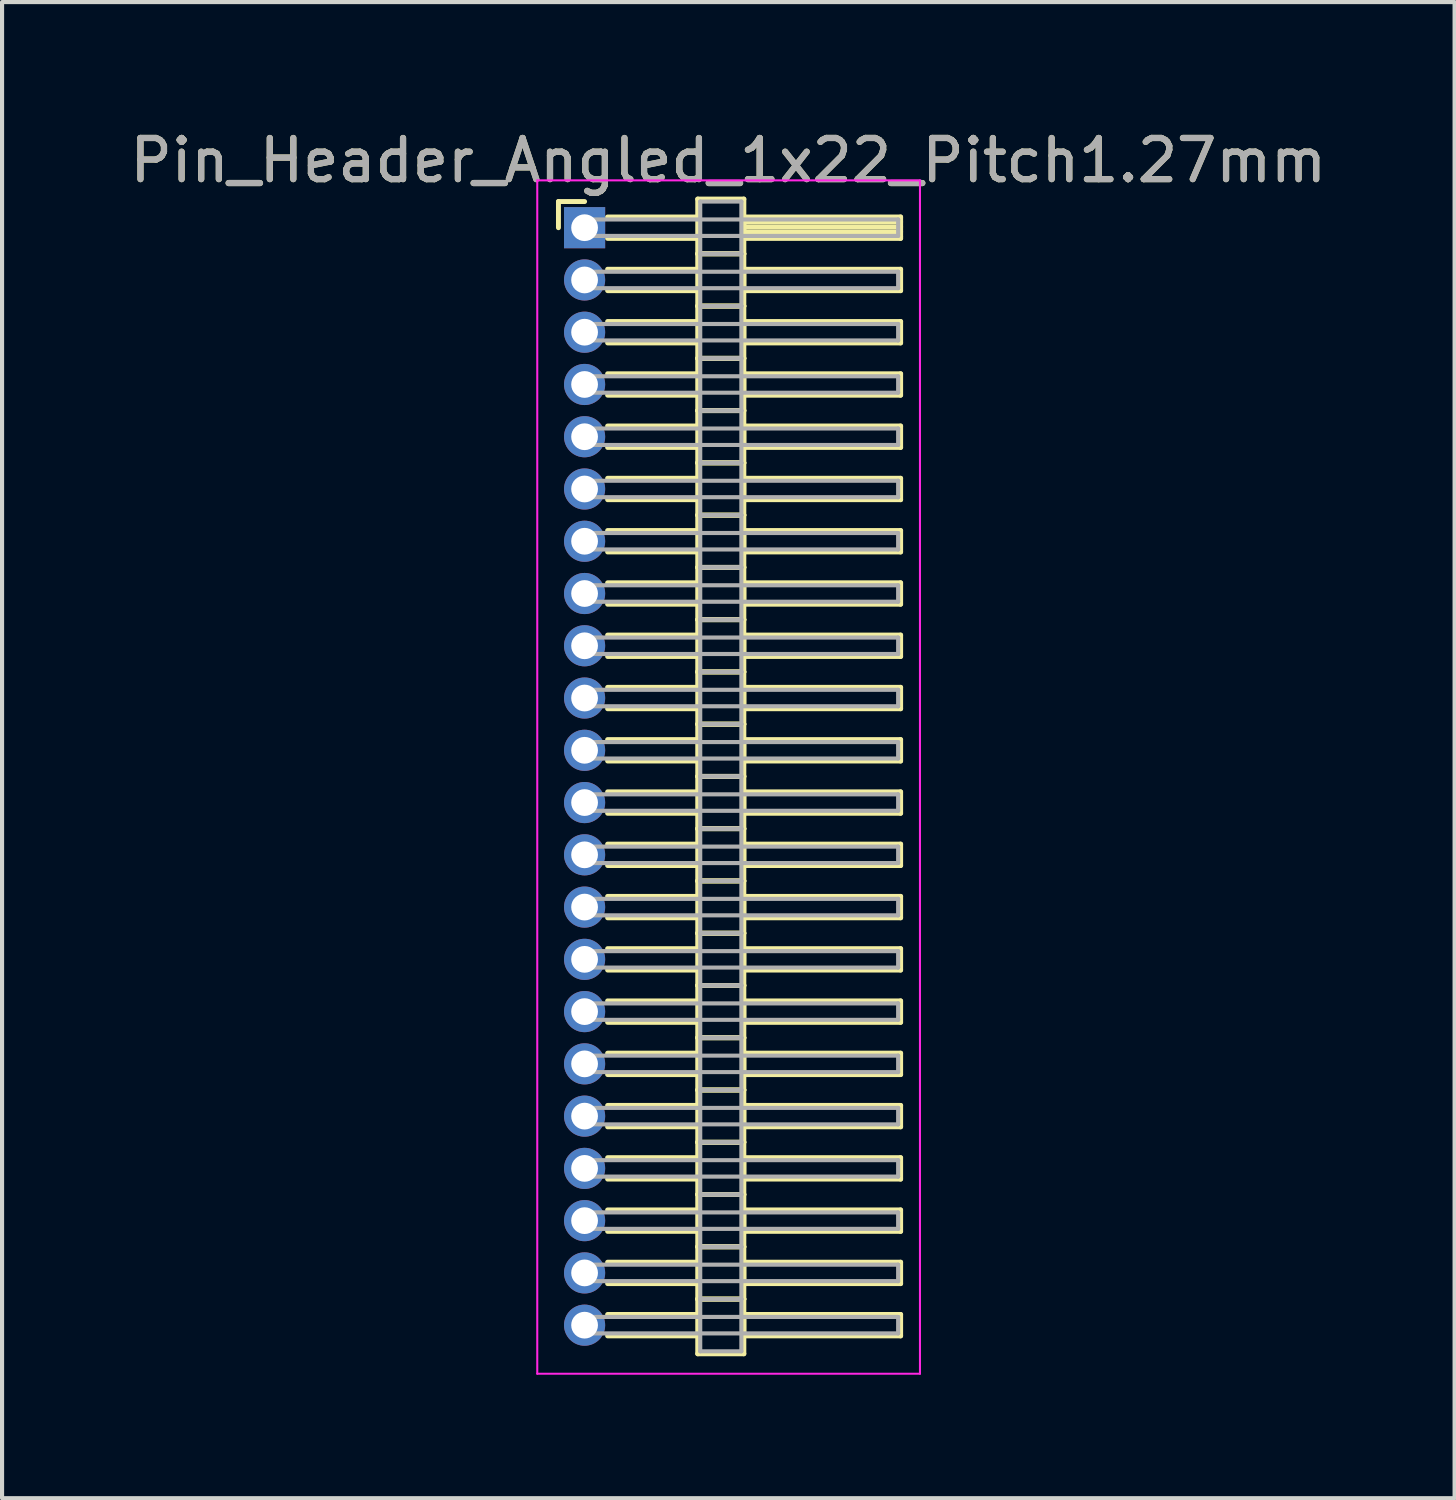
<source format=kicad_pcb>
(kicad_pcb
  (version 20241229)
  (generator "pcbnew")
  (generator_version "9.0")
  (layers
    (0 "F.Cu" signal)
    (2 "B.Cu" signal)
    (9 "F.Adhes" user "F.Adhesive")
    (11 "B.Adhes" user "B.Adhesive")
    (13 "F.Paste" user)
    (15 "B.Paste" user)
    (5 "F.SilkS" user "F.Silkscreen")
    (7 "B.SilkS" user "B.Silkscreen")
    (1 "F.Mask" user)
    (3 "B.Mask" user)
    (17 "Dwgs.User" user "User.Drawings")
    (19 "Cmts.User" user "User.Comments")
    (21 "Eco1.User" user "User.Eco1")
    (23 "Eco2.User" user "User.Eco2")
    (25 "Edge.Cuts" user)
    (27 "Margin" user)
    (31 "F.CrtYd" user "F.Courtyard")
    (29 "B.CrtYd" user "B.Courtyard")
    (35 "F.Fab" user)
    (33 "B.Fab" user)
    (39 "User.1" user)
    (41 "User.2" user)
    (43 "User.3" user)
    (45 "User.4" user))
  (footprint "Pin_Header_Angled_1x22_Pitch1.27mm"
    (layer "F.Cu")
    (at 11.156 2.483)
    (property "Reference" "Pin_Header_Angled_1x22_Pitch1.27mm" (at 3.493 -1.635 0) (layer "F.SilkS") (effects (font (size 1 1) (thickness 0.15))))
    (attr through_hole)
    (fp_line (start -0.635 -0.635) (end 0 -0.635) (stroke (width 0.12) (type solid)) (layer "F.SilkS"))
    (fp_line (start -0.635 0) (end -0.635 -0.635) (stroke (width 0.12) (type solid)) (layer "F.SilkS"))
    (fp_line (start 0.56 -0.26) (end 2.75 -0.26) (stroke (width 0.12) (type solid)) (layer "F.SilkS"))
    (fp_line (start 0.56 0.26) (end 2.75 0.26) (stroke (width 0.12) (type solid)) (layer "F.SilkS"))
    (fp_line (start 0.56 1.01) (end 2.75 1.01) (stroke (width 0.12) (type solid)) (layer "F.SilkS"))
    (fp_line (start 0.56 1.53) (end 2.75 1.53) (stroke (width 0.12) (type solid)) (layer "F.SilkS"))
    (fp_line (start 0.56 2.28) (end 2.75 2.28) (stroke (width 0.12) (type solid)) (layer "F.SilkS"))
    (fp_line (start 0.56 2.8) (end 2.75 2.8) (stroke (width 0.12) (type solid)) (layer "F.SilkS"))
    (fp_line (start 0.56 3.55) (end 2.75 3.55) (stroke (width 0.12) (type solid)) (layer "F.SilkS"))
    (fp_line (start 0.56 4.07) (end 2.75 4.07) (stroke (width 0.12) (type solid)) (layer "F.SilkS"))
    (fp_line (start 0.56 4.82) (end 2.75 4.82) (stroke (width 0.12) (type solid)) (layer "F.SilkS"))
    (fp_line (start 0.56 5.34) (end 2.75 5.34) (stroke (width 0.12) (type solid)) (layer "F.SilkS"))
    (fp_line (start 0.56 6.09) (end 2.75 6.09) (stroke (width 0.12) (type solid)) (layer "F.SilkS"))
    (fp_line (start 0.56 6.61) (end 2.75 6.61) (stroke (width 0.12) (type solid)) (layer "F.SilkS"))
    (fp_line (start 0.56 7.36) (end 2.75 7.36) (stroke (width 0.12) (type solid)) (layer "F.SilkS"))
    (fp_line (start 0.56 7.88) (end 2.75 7.88) (stroke (width 0.12) (type solid)) (layer "F.SilkS"))
    (fp_line (start 0.56 8.63) (end 2.75 8.63) (stroke (width 0.12) (type solid)) (layer "F.SilkS"))
    (fp_line (start 0.56 9.15) (end 2.75 9.15) (stroke (width 0.12) (type solid)) (layer "F.SilkS"))
    (fp_line (start 0.56 9.9) (end 2.75 9.9) (stroke (width 0.12) (type solid)) (layer "F.SilkS"))
    (fp_line (start 0.56 10.42) (end 2.75 10.42) (stroke (width 0.12) (type solid)) (layer "F.SilkS"))
    (fp_line (start 0.56 11.17) (end 2.75 11.17) (stroke (width 0.12) (type solid)) (layer "F.SilkS"))
    (fp_line (start 0.56 11.69) (end 2.75 11.69) (stroke (width 0.12) (type solid)) (layer "F.SilkS"))
    (fp_line (start 0.56 12.44) (end 2.75 12.44) (stroke (width 0.12) (type solid)) (layer "F.SilkS"))
    (fp_line (start 0.56 12.96) (end 2.75 12.96) (stroke (width 0.12) (type solid)) (layer "F.SilkS"))
    (fp_line (start 0.56 13.71) (end 2.75 13.71) (stroke (width 0.12) (type solid)) (layer "F.SilkS"))
    (fp_line (start 0.56 14.23) (end 2.75 14.23) (stroke (width 0.12) (type solid)) (layer "F.SilkS"))
    (fp_line (start 0.56 14.98) (end 2.75 14.98) (stroke (width 0.12) (type solid)) (layer "F.SilkS"))
    (fp_line (start 0.56 15.5) (end 2.75 15.5) (stroke (width 0.12) (type solid)) (layer "F.SilkS"))
    (fp_line (start 0.56 16.25) (end 2.75 16.25) (stroke (width 0.12) (type solid)) (layer "F.SilkS"))
    (fp_line (start 0.56 16.77) (end 2.75 16.77) (stroke (width 0.12) (type solid)) (layer "F.SilkS"))
    (fp_line (start 0.56 17.52) (end 2.75 17.52) (stroke (width 0.12) (type solid)) (layer "F.SilkS"))
    (fp_line (start 0.56 18.04) (end 2.75 18.04) (stroke (width 0.12) (type solid)) (layer "F.SilkS"))
    (fp_line (start 0.56 18.79) (end 2.75 18.79) (stroke (width 0.12) (type solid)) (layer "F.SilkS"))
    (fp_line (start 0.56 19.31) (end 2.75 19.31) (stroke (width 0.12) (type solid)) (layer "F.SilkS"))
    (fp_line (start 0.56 20.06) (end 2.75 20.06) (stroke (width 0.12) (type solid)) (layer "F.SilkS"))
    (fp_line (start 0.56 20.58) (end 2.75 20.58) (stroke (width 0.12) (type solid)) (layer "F.SilkS"))
    (fp_line (start 0.56 21.33) (end 2.75 21.33) (stroke (width 0.12) (type solid)) (layer "F.SilkS"))
    (fp_line (start 0.56 21.85) (end 2.75 21.85) (stroke (width 0.12) (type solid)) (layer "F.SilkS"))
    (fp_line (start 0.56 22.6) (end 2.75 22.6) (stroke (width 0.12) (type solid)) (layer "F.SilkS"))
    (fp_line (start 0.56 23.12) (end 2.75 23.12) (stroke (width 0.12) (type solid)) (layer "F.SilkS"))
    (fp_line (start 0.56 23.87) (end 2.75 23.87) (stroke (width 0.12) (type solid)) (layer "F.SilkS"))
    (fp_line (start 0.56 24.39) (end 2.75 24.39) (stroke (width 0.12) (type solid)) (layer "F.SilkS"))
    (fp_line (start 0.56 25.14) (end 2.75 25.14) (stroke (width 0.12) (type solid)) (layer "F.SilkS"))
    (fp_line (start 0.56 25.66) (end 2.75 25.66) (stroke (width 0.12) (type solid)) (layer "F.SilkS"))
    (fp_line (start 0.56 26.41) (end 2.75 26.41) (stroke (width 0.12) (type solid)) (layer "F.SilkS"))
    (fp_line (start 0.56 26.93) (end 2.75 26.93) (stroke (width 0.12) (type solid)) (layer "F.SilkS"))
    (fp_line (start 2.75 -0.695) (end 2.75 0.635) (stroke (width 0.12) (type solid)) (layer "F.SilkS"))
    (fp_line (start 2.75 0.635) (end 2.75 1.905) (stroke (width 0.12) (type solid)) (layer "F.SilkS"))
    (fp_line (start 2.75 0.635) (end 3.87 0.635) (stroke (width 0.12) (type solid)) (layer "F.SilkS"))
    (fp_line (start 2.75 1.905) (end 2.75 3.175) (stroke (width 0.12) (type solid)) (layer "F.SilkS"))
    (fp_line (start 2.75 1.905) (end 3.87 1.905) (stroke (width 0.12) (type solid)) (layer "F.SilkS"))
    (fp_line (start 2.75 3.175) (end 2.75 4.445) (stroke (width 0.12) (type solid)) (layer "F.SilkS"))
    (fp_line (start 2.75 3.175) (end 3.87 3.175) (stroke (width 0.12) (type solid)) (layer "F.SilkS"))
    (fp_line (start 2.75 4.445) (end 2.75 5.715) (stroke (width 0.12) (type solid)) (layer "F.SilkS"))
    (fp_line (start 2.75 4.445) (end 3.87 4.445) (stroke (width 0.12) (type solid)) (layer "F.SilkS"))
    (fp_line (start 2.75 5.715) (end 2.75 6.985) (stroke (width 0.12) (type solid)) (layer "F.SilkS"))
    (fp_line (start 2.75 5.715) (end 3.87 5.715) (stroke (width 0.12) (type solid)) (layer "F.SilkS"))
    (fp_line (start 2.75 6.985) (end 2.75 8.255) (stroke (width 0.12) (type solid)) (layer "F.SilkS"))
    (fp_line (start 2.75 6.985) (end 3.87 6.985) (stroke (width 0.12) (type solid)) (layer "F.SilkS"))
    (fp_line (start 2.75 8.255) (end 2.75 9.525) (stroke (width 0.12) (type solid)) (layer "F.SilkS"))
    (fp_line (start 2.75 8.255) (end 3.87 8.255) (stroke (width 0.12) (type solid)) (layer "F.SilkS"))
    (fp_line (start 2.75 9.525) (end 2.75 10.795) (stroke (width 0.12) (type solid)) (layer "F.SilkS"))
    (fp_line (start 2.75 9.525) (end 3.87 9.525) (stroke (width 0.12) (type solid)) (layer "F.SilkS"))
    (fp_line (start 2.75 10.795) (end 2.75 12.065) (stroke (width 0.12) (type solid)) (layer "F.SilkS"))
    (fp_line (start 2.75 10.795) (end 3.87 10.795) (stroke (width 0.12) (type solid)) (layer "F.SilkS"))
    (fp_line (start 2.75 12.065) (end 2.75 13.335) (stroke (width 0.12) (type solid)) (layer "F.SilkS"))
    (fp_line (start 2.75 12.065) (end 3.87 12.065) (stroke (width 0.12) (type solid)) (layer "F.SilkS"))
    (fp_line (start 2.75 13.335) (end 2.75 14.605) (stroke (width 0.12) (type solid)) (layer "F.SilkS"))
    (fp_line (start 2.75 13.335) (end 3.87 13.335) (stroke (width 0.12) (type solid)) (layer "F.SilkS"))
    (fp_line (start 2.75 14.605) (end 2.75 15.875) (stroke (width 0.12) (type solid)) (layer "F.SilkS"))
    (fp_line (start 2.75 14.605) (end 3.87 14.605) (stroke (width 0.12) (type solid)) (layer "F.SilkS"))
    (fp_line (start 2.75 15.875) (end 2.75 17.145) (stroke (width 0.12) (type solid)) (layer "F.SilkS"))
    (fp_line (start 2.75 15.875) (end 3.87 15.875) (stroke (width 0.12) (type solid)) (layer "F.SilkS"))
    (fp_line (start 2.75 17.145) (end 2.75 18.415) (stroke (width 0.12) (type solid)) (layer "F.SilkS"))
    (fp_line (start 2.75 17.145) (end 3.87 17.145) (stroke (width 0.12) (type solid)) (layer "F.SilkS"))
    (fp_line (start 2.75 18.415) (end 2.75 19.685) (stroke (width 0.12) (type solid)) (layer "F.SilkS"))
    (fp_line (start 2.75 18.415) (end 3.87 18.415) (stroke (width 0.12) (type solid)) (layer "F.SilkS"))
    (fp_line (start 2.75 19.685) (end 2.75 20.955) (stroke (width 0.12) (type solid)) (layer "F.SilkS"))
    (fp_line (start 2.75 19.685) (end 3.87 19.685) (stroke (width 0.12) (type solid)) (layer "F.SilkS"))
    (fp_line (start 2.75 20.955) (end 2.75 22.225) (stroke (width 0.12) (type solid)) (layer "F.SilkS"))
    (fp_line (start 2.75 20.955) (end 3.87 20.955) (stroke (width 0.12) (type solid)) (layer "F.SilkS"))
    (fp_line (start 2.75 22.225) (end 2.75 23.495) (stroke (width 0.12) (type solid)) (layer "F.SilkS"))
    (fp_line (start 2.75 22.225) (end 3.87 22.225) (stroke (width 0.12) (type solid)) (layer "F.SilkS"))
    (fp_line (start 2.75 23.495) (end 2.75 24.765) (stroke (width 0.12) (type solid)) (layer "F.SilkS"))
    (fp_line (start 2.75 23.495) (end 3.87 23.495) (stroke (width 0.12) (type solid)) (layer "F.SilkS"))
    (fp_line (start 2.75 24.765) (end 2.75 26.035) (stroke (width 0.12) (type solid)) (layer "F.SilkS"))
    (fp_line (start 2.75 24.765) (end 3.87 24.765) (stroke (width 0.12) (type solid)) (layer "F.SilkS"))
    (fp_line (start 2.75 26.035) (end 2.75 27.365) (stroke (width 0.12) (type solid)) (layer "F.SilkS"))
    (fp_line (start 2.75 26.035) (end 3.87 26.035) (stroke (width 0.12) (type solid)) (layer "F.SilkS"))
    (fp_line (start 2.75 27.365) (end 3.87 27.365) (stroke (width 0.12) (type solid)) (layer "F.SilkS"))
    (fp_line (start 3.87 -0.695) (end 2.75 -0.695) (stroke (width 0.12) (type solid)) (layer "F.SilkS"))
    (fp_line (start 3.87 -0.26) (end 3.87 0.26) (stroke (width 0.12) (type solid)) (layer "F.SilkS"))
    (fp_line (start 3.87 -0.14) (end 7.68 -0.14) (stroke (width 0.12) (type solid)) (layer "F.SilkS"))
    (fp_line (start 3.87 -0.02) (end 7.68 -0.02) (stroke (width 0.12) (type solid)) (layer "F.SilkS"))
    (fp_line (start 3.87 0.1) (end 7.68 0.1) (stroke (width 0.12) (type solid)) (layer "F.SilkS"))
    (fp_line (start 3.87 0.22) (end 7.68 0.22) (stroke (width 0.12) (type solid)) (layer "F.SilkS"))
    (fp_line (start 3.87 0.26) (end 7.68 0.26) (stroke (width 0.12) (type solid)) (layer "F.SilkS"))
    (fp_line (start 3.87 0.635) (end 2.75 0.635) (stroke (width 0.12) (type solid)) (layer "F.SilkS"))
    (fp_line (start 3.87 0.635) (end 3.87 -0.695) (stroke (width 0.12) (type solid)) (layer "F.SilkS"))
    (fp_line (start 3.87 1.01) (end 3.87 1.53) (stroke (width 0.12) (type solid)) (layer "F.SilkS"))
    (fp_line (start 3.87 1.53) (end 7.68 1.53) (stroke (width 0.12) (type solid)) (layer "F.SilkS"))
    (fp_line (start 3.87 1.905) (end 2.75 1.905) (stroke (width 0.12) (type solid)) (layer "F.SilkS"))
    (fp_line (start 3.87 1.905) (end 3.87 0.635) (stroke (width 0.12) (type solid)) (layer "F.SilkS"))
    (fp_line (start 3.87 2.28) (end 3.87 2.8) (stroke (width 0.12) (type solid)) (layer "F.SilkS"))
    (fp_line (start 3.87 2.8) (end 7.68 2.8) (stroke (width 0.12) (type solid)) (layer "F.SilkS"))
    (fp_line (start 3.87 3.175) (end 2.75 3.175) (stroke (width 0.12) (type solid)) (layer "F.SilkS"))
    (fp_line (start 3.87 3.175) (end 3.87 1.905) (stroke (width 0.12) (type solid)) (layer "F.SilkS"))
    (fp_line (start 3.87 3.55) (end 3.87 4.07) (stroke (width 0.12) (type solid)) (layer "F.SilkS"))
    (fp_line (start 3.87 4.07) (end 7.68 4.07) (stroke (width 0.12) (type solid)) (layer "F.SilkS"))
    (fp_line (start 3.87 4.445) (end 2.75 4.445) (stroke (width 0.12) (type solid)) (layer "F.SilkS"))
    (fp_line (start 3.87 4.445) (end 3.87 3.175) (stroke (width 0.12) (type solid)) (layer "F.SilkS"))
    (fp_line (start 3.87 4.82) (end 3.87 5.34) (stroke (width 0.12) (type solid)) (layer "F.SilkS"))
    (fp_line (start 3.87 5.34) (end 7.68 5.34) (stroke (width 0.12) (type solid)) (layer "F.SilkS"))
    (fp_line (start 3.87 5.715) (end 2.75 5.715) (stroke (width 0.12) (type solid)) (layer "F.SilkS"))
    (fp_line (start 3.87 5.715) (end 3.87 4.445) (stroke (width 0.12) (type solid)) (layer "F.SilkS"))
    (fp_line (start 3.87 6.09) (end 3.87 6.61) (stroke (width 0.12) (type solid)) (layer "F.SilkS"))
    (fp_line (start 3.87 6.61) (end 7.68 6.61) (stroke (width 0.12) (type solid)) (layer "F.SilkS"))
    (fp_line (start 3.87 6.985) (end 2.75 6.985) (stroke (width 0.12) (type solid)) (layer "F.SilkS"))
    (fp_line (start 3.87 6.985) (end 3.87 5.715) (stroke (width 0.12) (type solid)) (layer "F.SilkS"))
    (fp_line (start 3.87 7.36) (end 3.87 7.88) (stroke (width 0.12) (type solid)) (layer "F.SilkS"))
    (fp_line (start 3.87 7.88) (end 7.68 7.88) (stroke (width 0.12) (type solid)) (layer "F.SilkS"))
    (fp_line (start 3.87 8.255) (end 2.75 8.255) (stroke (width 0.12) (type solid)) (layer "F.SilkS"))
    (fp_line (start 3.87 8.255) (end 3.87 6.985) (stroke (width 0.12) (type solid)) (layer "F.SilkS"))
    (fp_line (start 3.87 8.63) (end 3.87 9.15) (stroke (width 0.12) (type solid)) (layer "F.SilkS"))
    (fp_line (start 3.87 9.15) (end 7.68 9.15) (stroke (width 0.12) (type solid)) (layer "F.SilkS"))
    (fp_line (start 3.87 9.525) (end 2.75 9.525) (stroke (width 0.12) (type solid)) (layer "F.SilkS"))
    (fp_line (start 3.87 9.525) (end 3.87 8.255) (stroke (width 0.12) (type solid)) (layer "F.SilkS"))
    (fp_line (start 3.87 9.9) (end 3.87 10.42) (stroke (width 0.12) (type solid)) (layer "F.SilkS"))
    (fp_line (start 3.87 10.42) (end 7.68 10.42) (stroke (width 0.12) (type solid)) (layer "F.SilkS"))
    (fp_line (start 3.87 10.795) (end 2.75 10.795) (stroke (width 0.12) (type solid)) (layer "F.SilkS"))
    (fp_line (start 3.87 10.795) (end 3.87 9.525) (stroke (width 0.12) (type solid)) (layer "F.SilkS"))
    (fp_line (start 3.87 11.17) (end 3.87 11.69) (stroke (width 0.12) (type solid)) (layer "F.SilkS"))
    (fp_line (start 3.87 11.69) (end 7.68 11.69) (stroke (width 0.12) (type solid)) (layer "F.SilkS"))
    (fp_line (start 3.87 12.065) (end 2.75 12.065) (stroke (width 0.12) (type solid)) (layer "F.SilkS"))
    (fp_line (start 3.87 12.065) (end 3.87 10.795) (stroke (width 0.12) (type solid)) (layer "F.SilkS"))
    (fp_line (start 3.87 12.44) (end 3.87 12.96) (stroke (width 0.12) (type solid)) (layer "F.SilkS"))
    (fp_line (start 3.87 12.96) (end 7.68 12.96) (stroke (width 0.12) (type solid)) (layer "F.SilkS"))
    (fp_line (start 3.87 13.335) (end 2.75 13.335) (stroke (width 0.12) (type solid)) (layer "F.SilkS"))
    (fp_line (start 3.87 13.335) (end 3.87 12.065) (stroke (width 0.12) (type solid)) (layer "F.SilkS"))
    (fp_line (start 3.87 13.71) (end 3.87 14.23) (stroke (width 0.12) (type solid)) (layer "F.SilkS"))
    (fp_line (start 3.87 14.23) (end 7.68 14.23) (stroke (width 0.12) (type solid)) (layer "F.SilkS"))
    (fp_line (start 3.87 14.605) (end 2.75 14.605) (stroke (width 0.12) (type solid)) (layer "F.SilkS"))
    (fp_line (start 3.87 14.605) (end 3.87 13.335) (stroke (width 0.12) (type solid)) (layer "F.SilkS"))
    (fp_line (start 3.87 14.98) (end 3.87 15.5) (stroke (width 0.12) (type solid)) (layer "F.SilkS"))
    (fp_line (start 3.87 15.5) (end 7.68 15.5) (stroke (width 0.12) (type solid)) (layer "F.SilkS"))
    (fp_line (start 3.87 15.875) (end 2.75 15.875) (stroke (width 0.12) (type solid)) (layer "F.SilkS"))
    (fp_line (start 3.87 15.875) (end 3.87 14.605) (stroke (width 0.12) (type solid)) (layer "F.SilkS"))
    (fp_line (start 3.87 16.25) (end 3.87 16.77) (stroke (width 0.12) (type solid)) (layer "F.SilkS"))
    (fp_line (start 3.87 16.77) (end 7.68 16.77) (stroke (width 0.12) (type solid)) (layer "F.SilkS"))
    (fp_line (start 3.87 17.145) (end 2.75 17.145) (stroke (width 0.12) (type solid)) (layer "F.SilkS"))
    (fp_line (start 3.87 17.145) (end 3.87 15.875) (stroke (width 0.12) (type solid)) (layer "F.SilkS"))
    (fp_line (start 3.87 17.52) (end 3.87 18.04) (stroke (width 0.12) (type solid)) (layer "F.SilkS"))
    (fp_line (start 3.87 18.04) (end 7.68 18.04) (stroke (width 0.12) (type solid)) (layer "F.SilkS"))
    (fp_line (start 3.87 18.415) (end 2.75 18.415) (stroke (width 0.12) (type solid)) (layer "F.SilkS"))
    (fp_line (start 3.87 18.415) (end 3.87 17.145) (stroke (width 0.12) (type solid)) (layer "F.SilkS"))
    (fp_line (start 3.87 18.79) (end 3.87 19.31) (stroke (width 0.12) (type solid)) (layer "F.SilkS"))
    (fp_line (start 3.87 19.31) (end 7.68 19.31) (stroke (width 0.12) (type solid)) (layer "F.SilkS"))
    (fp_line (start 3.87 19.685) (end 2.75 19.685) (stroke (width 0.12) (type solid)) (layer "F.SilkS"))
    (fp_line (start 3.87 19.685) (end 3.87 18.415) (stroke (width 0.12) (type solid)) (layer "F.SilkS"))
    (fp_line (start 3.87 20.06) (end 3.87 20.58) (stroke (width 0.12) (type solid)) (layer "F.SilkS"))
    (fp_line (start 3.87 20.58) (end 7.68 20.58) (stroke (width 0.12) (type solid)) (layer "F.SilkS"))
    (fp_line (start 3.87 20.955) (end 2.75 20.955) (stroke (width 0.12) (type solid)) (layer "F.SilkS"))
    (fp_line (start 3.87 20.955) (end 3.87 19.685) (stroke (width 0.12) (type solid)) (layer "F.SilkS"))
    (fp_line (start 3.87 21.33) (end 3.87 21.85) (stroke (width 0.12) (type solid)) (layer "F.SilkS"))
    (fp_line (start 3.87 21.85) (end 7.68 21.85) (stroke (width 0.12) (type solid)) (layer "F.SilkS"))
    (fp_line (start 3.87 22.225) (end 2.75 22.225) (stroke (width 0.12) (type solid)) (layer "F.SilkS"))
    (fp_line (start 3.87 22.225) (end 3.87 20.955) (stroke (width 0.12) (type solid)) (layer "F.SilkS"))
    (fp_line (start 3.87 22.6) (end 3.87 23.12) (stroke (width 0.12) (type solid)) (layer "F.SilkS"))
    (fp_line (start 3.87 23.12) (end 7.68 23.12) (stroke (width 0.12) (type solid)) (layer "F.SilkS"))
    (fp_line (start 3.87 23.495) (end 2.75 23.495) (stroke (width 0.12) (type solid)) (layer "F.SilkS"))
    (fp_line (start 3.87 23.495) (end 3.87 22.225) (stroke (width 0.12) (type solid)) (layer "F.SilkS"))
    (fp_line (start 3.87 23.87) (end 3.87 24.39) (stroke (width 0.12) (type solid)) (layer "F.SilkS"))
    (fp_line (start 3.87 24.39) (end 7.68 24.39) (stroke (width 0.12) (type solid)) (layer "F.SilkS"))
    (fp_line (start 3.87 24.765) (end 2.75 24.765) (stroke (width 0.12) (type solid)) (layer "F.SilkS"))
    (fp_line (start 3.87 24.765) (end 3.87 23.495) (stroke (width 0.12) (type solid)) (layer "F.SilkS"))
    (fp_line (start 3.87 25.14) (end 3.87 25.66) (stroke (width 0.12) (type solid)) (layer "F.SilkS"))
    (fp_line (start 3.87 25.66) (end 7.68 25.66) (stroke (width 0.12) (type solid)) (layer "F.SilkS"))
    (fp_line (start 3.87 26.035) (end 2.75 26.035) (stroke (width 0.12) (type solid)) (layer "F.SilkS"))
    (fp_line (start 3.87 26.035) (end 3.87 24.765) (stroke (width 0.12) (type solid)) (layer "F.SilkS"))
    (fp_line (start 3.87 26.41) (end 3.87 26.93) (stroke (width 0.12) (type solid)) (layer "F.SilkS"))
    (fp_line (start 3.87 26.93) (end 7.68 26.93) (stroke (width 0.12) (type solid)) (layer "F.SilkS"))
    (fp_line (start 3.87 27.365) (end 3.87 26.035) (stroke (width 0.12) (type solid)) (layer "F.SilkS"))
    (fp_line (start 7.68 -0.26) (end 3.87 -0.26) (stroke (width 0.12) (type solid)) (layer "F.SilkS"))
    (fp_line (start 7.68 0.26) (end 7.68 -0.26) (stroke (width 0.12) (type solid)) (layer "F.SilkS"))
    (fp_line (start 7.68 1.01) (end 3.87 1.01) (stroke (width 0.12) (type solid)) (layer "F.SilkS"))
    (fp_line (start 7.68 1.53) (end 7.68 1.01) (stroke (width 0.12) (type solid)) (layer "F.SilkS"))
    (fp_line (start 7.68 2.28) (end 3.87 2.28) (stroke (width 0.12) (type solid)) (layer "F.SilkS"))
    (fp_line (start 7.68 2.8) (end 7.68 2.28) (stroke (width 0.12) (type solid)) (layer "F.SilkS"))
    (fp_line (start 7.68 3.55) (end 3.87 3.55) (stroke (width 0.12) (type solid)) (layer "F.SilkS"))
    (fp_line (start 7.68 4.07) (end 7.68 3.55) (stroke (width 0.12) (type solid)) (layer "F.SilkS"))
    (fp_line (start 7.68 4.82) (end 3.87 4.82) (stroke (width 0.12) (type solid)) (layer "F.SilkS"))
    (fp_line (start 7.68 5.34) (end 7.68 4.82) (stroke (width 0.12) (type solid)) (layer "F.SilkS"))
    (fp_line (start 7.68 6.09) (end 3.87 6.09) (stroke (width 0.12) (type solid)) (layer "F.SilkS"))
    (fp_line (start 7.68 6.61) (end 7.68 6.09) (stroke (width 0.12) (type solid)) (layer "F.SilkS"))
    (fp_line (start 7.68 7.36) (end 3.87 7.36) (stroke (width 0.12) (type solid)) (layer "F.SilkS"))
    (fp_line (start 7.68 7.88) (end 7.68 7.36) (stroke (width 0.12) (type solid)) (layer "F.SilkS"))
    (fp_line (start 7.68 8.63) (end 3.87 8.63) (stroke (width 0.12) (type solid)) (layer "F.SilkS"))
    (fp_line (start 7.68 9.15) (end 7.68 8.63) (stroke (width 0.12) (type solid)) (layer "F.SilkS"))
    (fp_line (start 7.68 9.9) (end 3.87 9.9) (stroke (width 0.12) (type solid)) (layer "F.SilkS"))
    (fp_line (start 7.68 10.42) (end 7.68 9.9) (stroke (width 0.12) (type solid)) (layer "F.SilkS"))
    (fp_line (start 7.68 11.17) (end 3.87 11.17) (stroke (width 0.12) (type solid)) (layer "F.SilkS"))
    (fp_line (start 7.68 11.69) (end 7.68 11.17) (stroke (width 0.12) (type solid)) (layer "F.SilkS"))
    (fp_line (start 7.68 12.44) (end 3.87 12.44) (stroke (width 0.12) (type solid)) (layer "F.SilkS"))
    (fp_line (start 7.68 12.96) (end 7.68 12.44) (stroke (width 0.12) (type solid)) (layer "F.SilkS"))
    (fp_line (start 7.68 13.71) (end 3.87 13.71) (stroke (width 0.12) (type solid)) (layer "F.SilkS"))
    (fp_line (start 7.68 14.23) (end 7.68 13.71) (stroke (width 0.12) (type solid)) (layer "F.SilkS"))
    (fp_line (start 7.68 14.98) (end 3.87 14.98) (stroke (width 0.12) (type solid)) (layer "F.SilkS"))
    (fp_line (start 7.68 15.5) (end 7.68 14.98) (stroke (width 0.12) (type solid)) (layer "F.SilkS"))
    (fp_line (start 7.68 16.25) (end 3.87 16.25) (stroke (width 0.12) (type solid)) (layer "F.SilkS"))
    (fp_line (start 7.68 16.77) (end 7.68 16.25) (stroke (width 0.12) (type solid)) (layer "F.SilkS"))
    (fp_line (start 7.68 17.52) (end 3.87 17.52) (stroke (width 0.12) (type solid)) (layer "F.SilkS"))
    (fp_line (start 7.68 18.04) (end 7.68 17.52) (stroke (width 0.12) (type solid)) (layer "F.SilkS"))
    (fp_line (start 7.68 18.79) (end 3.87 18.79) (stroke (width 0.12) (type solid)) (layer "F.SilkS"))
    (fp_line (start 7.68 19.31) (end 7.68 18.79) (stroke (width 0.12) (type solid)) (layer "F.SilkS"))
    (fp_line (start 7.68 20.06) (end 3.87 20.06) (stroke (width 0.12) (type solid)) (layer "F.SilkS"))
    (fp_line (start 7.68 20.58) (end 7.68 20.06) (stroke (width 0.12) (type solid)) (layer "F.SilkS"))
    (fp_line (start 7.68 21.33) (end 3.87 21.33) (stroke (width 0.12) (type solid)) (layer "F.SilkS"))
    (fp_line (start 7.68 21.85) (end 7.68 21.33) (stroke (width 0.12) (type solid)) (layer "F.SilkS"))
    (fp_line (start 7.68 22.6) (end 3.87 22.6) (stroke (width 0.12) (type solid)) (layer "F.SilkS"))
    (fp_line (start 7.68 23.12) (end 7.68 22.6) (stroke (width 0.12) (type solid)) (layer "F.SilkS"))
    (fp_line (start 7.68 23.87) (end 3.87 23.87) (stroke (width 0.12) (type solid)) (layer "F.SilkS"))
    (fp_line (start 7.68 24.39) (end 7.68 23.87) (stroke (width 0.12) (type solid)) (layer "F.SilkS"))
    (fp_line (start 7.68 25.14) (end 3.87 25.14) (stroke (width 0.12) (type solid)) (layer "F.SilkS"))
    (fp_line (start 7.68 25.66) (end 7.68 25.14) (stroke (width 0.12) (type solid)) (layer "F.SilkS"))
    (fp_line (start 7.68 26.41) (end 3.87 26.41) (stroke (width 0.12) (type solid)) (layer "F.SilkS"))
    (fp_line (start 7.68 26.93) (end 7.68 26.41) (stroke (width 0.12) (type solid)) (layer "F.SilkS"))
    (fp_line (start -1.15 -1.15) (end -1.15 27.85) (stroke (width 0.05) (type solid)) (layer "F.CrtYd"))
    (fp_line (start -1.15 27.85) (end 8.15 27.85) (stroke (width 0.05) (type solid)) (layer "F.CrtYd"))
    (fp_line (start 8.15 -1.15) (end -1.15 -1.15) (stroke (width 0.05) (type solid)) (layer "F.CrtYd"))
    (fp_line (start 8.15 27.85) (end 8.15 -1.15) (stroke (width 0.05) (type solid)) (layer "F.CrtYd"))
    (fp_line (start 0 -0.2) (end 0 0.2) (stroke (width 0.1) (type solid)) (layer "F.Fab"))
    (fp_line (start 0 0.2) (end 7.62 0.2) (stroke (width 0.1) (type solid)) (layer "F.Fab"))
    (fp_line (start 0 1.07) (end 0 1.47) (stroke (width 0.1) (type solid)) (layer "F.Fab"))
    (fp_line (start 0 1.47) (end 7.62 1.47) (stroke (width 0.1) (type solid)) (layer "F.Fab"))
    (fp_line (start 0 2.34) (end 0 2.74) (stroke (width 0.1) (type solid)) (layer "F.Fab"))
    (fp_line (start 0 2.74) (end 7.62 2.74) (stroke (width 0.1) (type solid)) (layer "F.Fab"))
    (fp_line (start 0 3.61) (end 0 4.01) (stroke (width 0.1) (type solid)) (layer "F.Fab"))
    (fp_line (start 0 4.01) (end 7.62 4.01) (stroke (width 0.1) (type solid)) (layer "F.Fab"))
    (fp_line (start 0 4.88) (end 0 5.28) (stroke (width 0.1) (type solid)) (layer "F.Fab"))
    (fp_line (start 0 5.28) (end 7.62 5.28) (stroke (width 0.1) (type solid)) (layer "F.Fab"))
    (fp_line (start 0 6.15) (end 0 6.55) (stroke (width 0.1) (type solid)) (layer "F.Fab"))
    (fp_line (start 0 6.55) (end 7.62 6.55) (stroke (width 0.1) (type solid)) (layer "F.Fab"))
    (fp_line (start 0 7.42) (end 0 7.82) (stroke (width 0.1) (type solid)) (layer "F.Fab"))
    (fp_line (start 0 7.82) (end 7.62 7.82) (stroke (width 0.1) (type solid)) (layer "F.Fab"))
    (fp_line (start 0 8.69) (end 0 9.09) (stroke (width 0.1) (type solid)) (layer "F.Fab"))
    (fp_line (start 0 9.09) (end 7.62 9.09) (stroke (width 0.1) (type solid)) (layer "F.Fab"))
    (fp_line (start 0 9.96) (end 0 10.36) (stroke (width 0.1) (type solid)) (layer "F.Fab"))
    (fp_line (start 0 10.36) (end 7.62 10.36) (stroke (width 0.1) (type solid)) (layer "F.Fab"))
    (fp_line (start 0 11.23) (end 0 11.63) (stroke (width 0.1) (type solid)) (layer "F.Fab"))
    (fp_line (start 0 11.63) (end 7.62 11.63) (stroke (width 0.1) (type solid)) (layer "F.Fab"))
    (fp_line (start 0 12.5) (end 0 12.9) (stroke (width 0.1) (type solid)) (layer "F.Fab"))
    (fp_line (start 0 12.9) (end 7.62 12.9) (stroke (width 0.1) (type solid)) (layer "F.Fab"))
    (fp_line (start 0 13.77) (end 0 14.17) (stroke (width 0.1) (type solid)) (layer "F.Fab"))
    (fp_line (start 0 14.17) (end 7.62 14.17) (stroke (width 0.1) (type solid)) (layer "F.Fab"))
    (fp_line (start 0 15.04) (end 0 15.44) (stroke (width 0.1) (type solid)) (layer "F.Fab"))
    (fp_line (start 0 15.44) (end 7.62 15.44) (stroke (width 0.1) (type solid)) (layer "F.Fab"))
    (fp_line (start 0 16.31) (end 0 16.71) (stroke (width 0.1) (type solid)) (layer "F.Fab"))
    (fp_line (start 0 16.71) (end 7.62 16.71) (stroke (width 0.1) (type solid)) (layer "F.Fab"))
    (fp_line (start 0 17.58) (end 0 17.98) (stroke (width 0.1) (type solid)) (layer "F.Fab"))
    (fp_line (start 0 17.98) (end 7.62 17.98) (stroke (width 0.1) (type solid)) (layer "F.Fab"))
    (fp_line (start 0 18.85) (end 0 19.25) (stroke (width 0.1) (type solid)) (layer "F.Fab"))
    (fp_line (start 0 19.25) (end 7.62 19.25) (stroke (width 0.1) (type solid)) (layer "F.Fab"))
    (fp_line (start 0 20.12) (end 0 20.52) (stroke (width 0.1) (type solid)) (layer "F.Fab"))
    (fp_line (start 0 20.52) (end 7.62 20.52) (stroke (width 0.1) (type solid)) (layer "F.Fab"))
    (fp_line (start 0 21.39) (end 0 21.79) (stroke (width 0.1) (type solid)) (layer "F.Fab"))
    (fp_line (start 0 21.79) (end 7.62 21.79) (stroke (width 0.1) (type solid)) (layer "F.Fab"))
    (fp_line (start 0 22.66) (end 0 23.06) (stroke (width 0.1) (type solid)) (layer "F.Fab"))
    (fp_line (start 0 23.06) (end 7.62 23.06) (stroke (width 0.1) (type solid)) (layer "F.Fab"))
    (fp_line (start 0 23.93) (end 0 24.33) (stroke (width 0.1) (type solid)) (layer "F.Fab"))
    (fp_line (start 0 24.33) (end 7.62 24.33) (stroke (width 0.1) (type solid)) (layer "F.Fab"))
    (fp_line (start 0 25.2) (end 0 25.6) (stroke (width 0.1) (type solid)) (layer "F.Fab"))
    (fp_line (start 0 25.6) (end 7.62 25.6) (stroke (width 0.1) (type solid)) (layer "F.Fab"))
    (fp_line (start 0 26.47) (end 0 26.87) (stroke (width 0.1) (type solid)) (layer "F.Fab"))
    (fp_line (start 0 26.87) (end 7.62 26.87) (stroke (width 0.1) (type solid)) (layer "F.Fab"))
    (fp_line (start 2.81 -0.635) (end 2.81 0.635) (stroke (width 0.1) (type solid)) (layer "F.Fab"))
    (fp_line (start 2.81 0.635) (end 2.81 1.905) (stroke (width 0.1) (type solid)) (layer "F.Fab"))
    (fp_line (start 2.81 0.635) (end 3.81 0.635) (stroke (width 0.1) (type solid)) (layer "F.Fab"))
    (fp_line (start 2.81 1.905) (end 2.81 3.175) (stroke (width 0.1) (type solid)) (layer "F.Fab"))
    (fp_line (start 2.81 1.905) (end 3.81 1.905) (stroke (width 0.1) (type solid)) (layer "F.Fab"))
    (fp_line (start 2.81 3.175) (end 2.81 4.445) (stroke (width 0.1) (type solid)) (layer "F.Fab"))
    (fp_line (start 2.81 3.175) (end 3.81 3.175) (stroke (width 0.1) (type solid)) (layer "F.Fab"))
    (fp_line (start 2.81 4.445) (end 2.81 5.715) (stroke (width 0.1) (type solid)) (layer "F.Fab"))
    (fp_line (start 2.81 4.445) (end 3.81 4.445) (stroke (width 0.1) (type solid)) (layer "F.Fab"))
    (fp_line (start 2.81 5.715) (end 2.81 6.985) (stroke (width 0.1) (type solid)) (layer "F.Fab"))
    (fp_line (start 2.81 5.715) (end 3.81 5.715) (stroke (width 0.1) (type solid)) (layer "F.Fab"))
    (fp_line (start 2.81 6.985) (end 2.81 8.255) (stroke (width 0.1) (type solid)) (layer "F.Fab"))
    (fp_line (start 2.81 6.985) (end 3.81 6.985) (stroke (width 0.1) (type solid)) (layer "F.Fab"))
    (fp_line (start 2.81 8.255) (end 2.81 9.525) (stroke (width 0.1) (type solid)) (layer "F.Fab"))
    (fp_line (start 2.81 8.255) (end 3.81 8.255) (stroke (width 0.1) (type solid)) (layer "F.Fab"))
    (fp_line (start 2.81 9.525) (end 2.81 10.795) (stroke (width 0.1) (type solid)) (layer "F.Fab"))
    (fp_line (start 2.81 9.525) (end 3.81 9.525) (stroke (width 0.1) (type solid)) (layer "F.Fab"))
    (fp_line (start 2.81 10.795) (end 2.81 12.065) (stroke (width 0.1) (type solid)) (layer "F.Fab"))
    (fp_line (start 2.81 10.795) (end 3.81 10.795) (stroke (width 0.1) (type solid)) (layer "F.Fab"))
    (fp_line (start 2.81 12.065) (end 2.81 13.335) (stroke (width 0.1) (type solid)) (layer "F.Fab"))
    (fp_line (start 2.81 12.065) (end 3.81 12.065) (stroke (width 0.1) (type solid)) (layer "F.Fab"))
    (fp_line (start 2.81 13.335) (end 2.81 14.605) (stroke (width 0.1) (type solid)) (layer "F.Fab"))
    (fp_line (start 2.81 13.335) (end 3.81 13.335) (stroke (width 0.1) (type solid)) (layer "F.Fab"))
    (fp_line (start 2.81 14.605) (end 2.81 15.875) (stroke (width 0.1) (type solid)) (layer "F.Fab"))
    (fp_line (start 2.81 14.605) (end 3.81 14.605) (stroke (width 0.1) (type solid)) (layer "F.Fab"))
    (fp_line (start 2.81 15.875) (end 2.81 17.145) (stroke (width 0.1) (type solid)) (layer "F.Fab"))
    (fp_line (start 2.81 15.875) (end 3.81 15.875) (stroke (width 0.1) (type solid)) (layer "F.Fab"))
    (fp_line (start 2.81 17.145) (end 2.81 18.415) (stroke (width 0.1) (type solid)) (layer "F.Fab"))
    (fp_line (start 2.81 17.145) (end 3.81 17.145) (stroke (width 0.1) (type solid)) (layer "F.Fab"))
    (fp_line (start 2.81 18.415) (end 2.81 19.685) (stroke (width 0.1) (type solid)) (layer "F.Fab"))
    (fp_line (start 2.81 18.415) (end 3.81 18.415) (stroke (width 0.1) (type solid)) (layer "F.Fab"))
    (fp_line (start 2.81 19.685) (end 2.81 20.955) (stroke (width 0.1) (type solid)) (layer "F.Fab"))
    (fp_line (start 2.81 19.685) (end 3.81 19.685) (stroke (width 0.1) (type solid)) (layer "F.Fab"))
    (fp_line (start 2.81 20.955) (end 2.81 22.225) (stroke (width 0.1) (type solid)) (layer "F.Fab"))
    (fp_line (start 2.81 20.955) (end 3.81 20.955) (stroke (width 0.1) (type solid)) (layer "F.Fab"))
    (fp_line (start 2.81 22.225) (end 2.81 23.495) (stroke (width 0.1) (type solid)) (layer "F.Fab"))
    (fp_line (start 2.81 22.225) (end 3.81 22.225) (stroke (width 0.1) (type solid)) (layer "F.Fab"))
    (fp_line (start 2.81 23.495) (end 2.81 24.765) (stroke (width 0.1) (type solid)) (layer "F.Fab"))
    (fp_line (start 2.81 23.495) (end 3.81 23.495) (stroke (width 0.1) (type solid)) (layer "F.Fab"))
    (fp_line (start 2.81 24.765) (end 2.81 26.035) (stroke (width 0.1) (type solid)) (layer "F.Fab"))
    (fp_line (start 2.81 24.765) (end 3.81 24.765) (stroke (width 0.1) (type solid)) (layer "F.Fab"))
    (fp_line (start 2.81 26.035) (end 2.81 27.305) (stroke (width 0.1) (type solid)) (layer "F.Fab"))
    (fp_line (start 2.81 26.035) (end 3.81 26.035) (stroke (width 0.1) (type solid)) (layer "F.Fab"))
    (fp_line (start 2.81 27.305) (end 3.81 27.305) (stroke (width 0.1) (type solid)) (layer "F.Fab"))
    (fp_line (start 3.81 -0.635) (end 2.81 -0.635) (stroke (width 0.1) (type solid)) (layer "F.Fab"))
    (fp_line (start 3.81 0.635) (end 2.81 0.635) (stroke (width 0.1) (type solid)) (layer "F.Fab"))
    (fp_line (start 3.81 0.635) (end 3.81 -0.635) (stroke (width 0.1) (type solid)) (layer "F.Fab"))
    (fp_line (start 3.81 1.905) (end 2.81 1.905) (stroke (width 0.1) (type solid)) (layer "F.Fab"))
    (fp_line (start 3.81 1.905) (end 3.81 0.635) (stroke (width 0.1) (type solid)) (layer "F.Fab"))
    (fp_line (start 3.81 3.175) (end 2.81 3.175) (stroke (width 0.1) (type solid)) (layer "F.Fab"))
    (fp_line (start 3.81 3.175) (end 3.81 1.905) (stroke (width 0.1) (type solid)) (layer "F.Fab"))
    (fp_line (start 3.81 4.445) (end 2.81 4.445) (stroke (width 0.1) (type solid)) (layer "F.Fab"))
    (fp_line (start 3.81 4.445) (end 3.81 3.175) (stroke (width 0.1) (type solid)) (layer "F.Fab"))
    (fp_line (start 3.81 5.715) (end 2.81 5.715) (stroke (width 0.1) (type solid)) (layer "F.Fab"))
    (fp_line (start 3.81 5.715) (end 3.81 4.445) (stroke (width 0.1) (type solid)) (layer "F.Fab"))
    (fp_line (start 3.81 6.985) (end 2.81 6.985) (stroke (width 0.1) (type solid)) (layer "F.Fab"))
    (fp_line (start 3.81 6.985) (end 3.81 5.715) (stroke (width 0.1) (type solid)) (layer "F.Fab"))
    (fp_line (start 3.81 8.255) (end 2.81 8.255) (stroke (width 0.1) (type solid)) (layer "F.Fab"))
    (fp_line (start 3.81 8.255) (end 3.81 6.985) (stroke (width 0.1) (type solid)) (layer "F.Fab"))
    (fp_line (start 3.81 9.525) (end 2.81 9.525) (stroke (width 0.1) (type solid)) (layer "F.Fab"))
    (fp_line (start 3.81 9.525) (end 3.81 8.255) (stroke (width 0.1) (type solid)) (layer "F.Fab"))
    (fp_line (start 3.81 10.795) (end 2.81 10.795) (stroke (width 0.1) (type solid)) (layer "F.Fab"))
    (fp_line (start 3.81 10.795) (end 3.81 9.525) (stroke (width 0.1) (type solid)) (layer "F.Fab"))
    (fp_line (start 3.81 12.065) (end 2.81 12.065) (stroke (width 0.1) (type solid)) (layer "F.Fab"))
    (fp_line (start 3.81 12.065) (end 3.81 10.795) (stroke (width 0.1) (type solid)) (layer "F.Fab"))
    (fp_line (start 3.81 13.335) (end 2.81 13.335) (stroke (width 0.1) (type solid)) (layer "F.Fab"))
    (fp_line (start 3.81 13.335) (end 3.81 12.065) (stroke (width 0.1) (type solid)) (layer "F.Fab"))
    (fp_line (start 3.81 14.605) (end 2.81 14.605) (stroke (width 0.1) (type solid)) (layer "F.Fab"))
    (fp_line (start 3.81 14.605) (end 3.81 13.335) (stroke (width 0.1) (type solid)) (layer "F.Fab"))
    (fp_line (start 3.81 15.875) (end 2.81 15.875) (stroke (width 0.1) (type solid)) (layer "F.Fab"))
    (fp_line (start 3.81 15.875) (end 3.81 14.605) (stroke (width 0.1) (type solid)) (layer "F.Fab"))
    (fp_line (start 3.81 17.145) (end 2.81 17.145) (stroke (width 0.1) (type solid)) (layer "F.Fab"))
    (fp_line (start 3.81 17.145) (end 3.81 15.875) (stroke (width 0.1) (type solid)) (layer "F.Fab"))
    (fp_line (start 3.81 18.415) (end 2.81 18.415) (stroke (width 0.1) (type solid)) (layer "F.Fab"))
    (fp_line (start 3.81 18.415) (end 3.81 17.145) (stroke (width 0.1) (type solid)) (layer "F.Fab"))
    (fp_line (start 3.81 19.685) (end 2.81 19.685) (stroke (width 0.1) (type solid)) (layer "F.Fab"))
    (fp_line (start 3.81 19.685) (end 3.81 18.415) (stroke (width 0.1) (type solid)) (layer "F.Fab"))
    (fp_line (start 3.81 20.955) (end 2.81 20.955) (stroke (width 0.1) (type solid)) (layer "F.Fab"))
    (fp_line (start 3.81 20.955) (end 3.81 19.685) (stroke (width 0.1) (type solid)) (layer "F.Fab"))
    (fp_line (start 3.81 22.225) (end 2.81 22.225) (stroke (width 0.1) (type solid)) (layer "F.Fab"))
    (fp_line (start 3.81 22.225) (end 3.81 20.955) (stroke (width 0.1) (type solid)) (layer "F.Fab"))
    (fp_line (start 3.81 23.495) (end 2.81 23.495) (stroke (width 0.1) (type solid)) (layer "F.Fab"))
    (fp_line (start 3.81 23.495) (end 3.81 22.225) (stroke (width 0.1) (type solid)) (layer "F.Fab"))
    (fp_line (start 3.81 24.765) (end 2.81 24.765) (stroke (width 0.1) (type solid)) (layer "F.Fab"))
    (fp_line (start 3.81 24.765) (end 3.81 23.495) (stroke (width 0.1) (type solid)) (layer "F.Fab"))
    (fp_line (start 3.81 26.035) (end 2.81 26.035) (stroke (width 0.1) (type solid)) (layer "F.Fab"))
    (fp_line (start 3.81 26.035) (end 3.81 24.765) (stroke (width 0.1) (type solid)) (layer "F.Fab"))
    (fp_line (start 3.81 27.305) (end 3.81 26.035) (stroke (width 0.1) (type solid)) (layer "F.Fab"))
    (fp_line (start 7.62 -0.2) (end 0 -0.2) (stroke (width 0.1) (type solid)) (layer "F.Fab"))
    (fp_line (start 7.62 0.2) (end 7.62 -0.2) (stroke (width 0.1) (type solid)) (layer "F.Fab"))
    (fp_line (start 7.62 1.07) (end 0 1.07) (stroke (width 0.1) (type solid)) (layer "F.Fab"))
    (fp_line (start 7.62 1.47) (end 7.62 1.07) (stroke (width 0.1) (type solid)) (layer "F.Fab"))
    (fp_line (start 7.62 2.34) (end 0 2.34) (stroke (width 0.1) (type solid)) (layer "F.Fab"))
    (fp_line (start 7.62 2.74) (end 7.62 2.34) (stroke (width 0.1) (type solid)) (layer "F.Fab"))
    (fp_line (start 7.62 3.61) (end 0 3.61) (stroke (width 0.1) (type solid)) (layer "F.Fab"))
    (fp_line (start 7.62 4.01) (end 7.62 3.61) (stroke (width 0.1) (type solid)) (layer "F.Fab"))
    (fp_line (start 7.62 4.88) (end 0 4.88) (stroke (width 0.1) (type solid)) (layer "F.Fab"))
    (fp_line (start 7.62 5.28) (end 7.62 4.88) (stroke (width 0.1) (type solid)) (layer "F.Fab"))
    (fp_line (start 7.62 6.15) (end 0 6.15) (stroke (width 0.1) (type solid)) (layer "F.Fab"))
    (fp_line (start 7.62 6.55) (end 7.62 6.15) (stroke (width 0.1) (type solid)) (layer "F.Fab"))
    (fp_line (start 7.62 7.42) (end 0 7.42) (stroke (width 0.1) (type solid)) (layer "F.Fab"))
    (fp_line (start 7.62 7.82) (end 7.62 7.42) (stroke (width 0.1) (type solid)) (layer "F.Fab"))
    (fp_line (start 7.62 8.69) (end 0 8.69) (stroke (width 0.1) (type solid)) (layer "F.Fab"))
    (fp_line (start 7.62 9.09) (end 7.62 8.69) (stroke (width 0.1) (type solid)) (layer "F.Fab"))
    (fp_line (start 7.62 9.96) (end 0 9.96) (stroke (width 0.1) (type solid)) (layer "F.Fab"))
    (fp_line (start 7.62 10.36) (end 7.62 9.96) (stroke (width 0.1) (type solid)) (layer "F.Fab"))
    (fp_line (start 7.62 11.23) (end 0 11.23) (stroke (width 0.1) (type solid)) (layer "F.Fab"))
    (fp_line (start 7.62 11.63) (end 7.62 11.23) (stroke (width 0.1) (type solid)) (layer "F.Fab"))
    (fp_line (start 7.62 12.5) (end 0 12.5) (stroke (width 0.1) (type solid)) (layer "F.Fab"))
    (fp_line (start 7.62 12.9) (end 7.62 12.5) (stroke (width 0.1) (type solid)) (layer "F.Fab"))
    (fp_line (start 7.62 13.77) (end 0 13.77) (stroke (width 0.1) (type solid)) (layer "F.Fab"))
    (fp_line (start 7.62 14.17) (end 7.62 13.77) (stroke (width 0.1) (type solid)) (layer "F.Fab"))
    (fp_line (start 7.62 15.04) (end 0 15.04) (stroke (width 0.1) (type solid)) (layer "F.Fab"))
    (fp_line (start 7.62 15.44) (end 7.62 15.04) (stroke (width 0.1) (type solid)) (layer "F.Fab"))
    (fp_line (start 7.62 16.31) (end 0 16.31) (stroke (width 0.1) (type solid)) (layer "F.Fab"))
    (fp_line (start 7.62 16.71) (end 7.62 16.31) (stroke (width 0.1) (type solid)) (layer "F.Fab"))
    (fp_line (start 7.62 17.58) (end 0 17.58) (stroke (width 0.1) (type solid)) (layer "F.Fab"))
    (fp_line (start 7.62 17.98) (end 7.62 17.58) (stroke (width 0.1) (type solid)) (layer "F.Fab"))
    (fp_line (start 7.62 18.85) (end 0 18.85) (stroke (width 0.1) (type solid)) (layer "F.Fab"))
    (fp_line (start 7.62 19.25) (end 7.62 18.85) (stroke (width 0.1) (type solid)) (layer "F.Fab"))
    (fp_line (start 7.62 20.12) (end 0 20.12) (stroke (width 0.1) (type solid)) (layer "F.Fab"))
    (fp_line (start 7.62 20.52) (end 7.62 20.12) (stroke (width 0.1) (type solid)) (layer "F.Fab"))
    (fp_line (start 7.62 21.39) (end 0 21.39) (stroke (width 0.1) (type solid)) (layer "F.Fab"))
    (fp_line (start 7.62 21.79) (end 7.62 21.39) (stroke (width 0.1) (type solid)) (layer "F.Fab"))
    (fp_line (start 7.62 22.66) (end 0 22.66) (stroke (width 0.1) (type solid)) (layer "F.Fab"))
    (fp_line (start 7.62 23.06) (end 7.62 22.66) (stroke (width 0.1) (type solid)) (layer "F.Fab"))
    (fp_line (start 7.62 23.93) (end 0 23.93) (stroke (width 0.1) (type solid)) (layer "F.Fab"))
    (fp_line (start 7.62 24.33) (end 7.62 23.93) (stroke (width 0.1) (type solid)) (layer "F.Fab"))
    (fp_line (start 7.62 25.2) (end 0 25.2) (stroke (width 0.1) (type solid)) (layer "F.Fab"))
    (fp_line (start 7.62 25.6) (end 7.62 25.2) (stroke (width 0.1) (type solid)) (layer "F.Fab"))
    (fp_line (start 7.62 26.47) (end 0 26.47) (stroke (width 0.1) (type solid)) (layer "F.Fab"))
    (fp_line (start 7.62 26.87) (end 7.62 26.47) (stroke (width 0.1) (type solid)) (layer "F.Fab"))
    (fp_text user "${REFERENCE}" (at 3.493 -1.635 0) (layer "F.Fab") (effects (font (size 1 1) (thickness 0.15))))
    (pad "1" thru_hole rect (at 0 0) (size 1 1) (drill 0.65) (layers "*.Cu" "*.Mask"))
    (pad "2" thru_hole oval (at 0 1.27) (size 1 1) (drill 0.65) (layers "*.Cu" "*.Mask"))
    (pad "3" thru_hole oval (at 0 2.54) (size 1 1) (drill 0.65) (layers "*.Cu" "*.Mask"))
    (pad "4" thru_hole oval (at 0 3.81) (size 1 1) (drill 0.65) (layers "*.Cu" "*.Mask"))
    (pad "5" thru_hole oval (at 0 5.08) (size 1 1) (drill 0.65) (layers "*.Cu" "*.Mask"))
    (pad "6" thru_hole oval (at 0 6.35) (size 1 1) (drill 0.65) (layers "*.Cu" "*.Mask"))
    (pad "7" thru_hole oval (at 0 7.62) (size 1 1) (drill 0.65) (layers "*.Cu" "*.Mask"))
    (pad "8" thru_hole oval (at 0 8.89) (size 1 1) (drill 0.65) (layers "*.Cu" "*.Mask"))
    (pad "9" thru_hole oval (at 0 10.16) (size 1 1) (drill 0.65) (layers "*.Cu" "*.Mask"))
    (pad "10" thru_hole oval (at 0 11.43) (size 1 1) (drill 0.65) (layers "*.Cu" "*.Mask"))
    (pad "11" thru_hole oval (at 0 12.7) (size 1 1) (drill 0.65) (layers "*.Cu" "*.Mask"))
    (pad "12" thru_hole oval (at 0 13.97) (size 1 1) (drill 0.65) (layers "*.Cu" "*.Mask"))
    (pad "13" thru_hole oval (at 0 15.24) (size 1 1) (drill 0.65) (layers "*.Cu" "*.Mask"))
    (pad "14" thru_hole oval (at 0 16.51) (size 1 1) (drill 0.65) (layers "*.Cu" "*.Mask"))
    (pad "15" thru_hole oval (at 0 17.78) (size 1 1) (drill 0.65) (layers "*.Cu" "*.Mask"))
    (pad "16" thru_hole oval (at 0 19.05) (size 1 1) (drill 0.65) (layers "*.Cu" "*.Mask"))
    (pad "17" thru_hole oval (at 0 20.32) (size 1 1) (drill 0.65) (layers "*.Cu" "*.Mask"))
    (pad "18" thru_hole oval (at 0 21.59) (size 1 1) (drill 0.65) (layers "*.Cu" "*.Mask"))
    (pad "19" thru_hole oval (at 0 22.86) (size 1 1) (drill 0.65) (layers "*.Cu" "*.Mask"))
    (pad "20" thru_hole oval (at 0 24.13) (size 1 1) (drill 0.65) (layers "*.Cu" "*.Mask"))
    (pad "21" thru_hole oval (at 0 25.4) (size 1 1) (drill 0.65) (layers "*.Cu" "*.Mask"))
    (pad "22" thru_hole oval (at 0 26.67) (size 1 1) (drill 0.65) (layers "*.Cu" "*.Mask")))
  (gr_rect
    (start -3 -3)
    (end 32.298 33.358)
    (stroke (width 0.1) (type default))
    (fill no)
    (layer "Edge.Cuts")))
</source>
